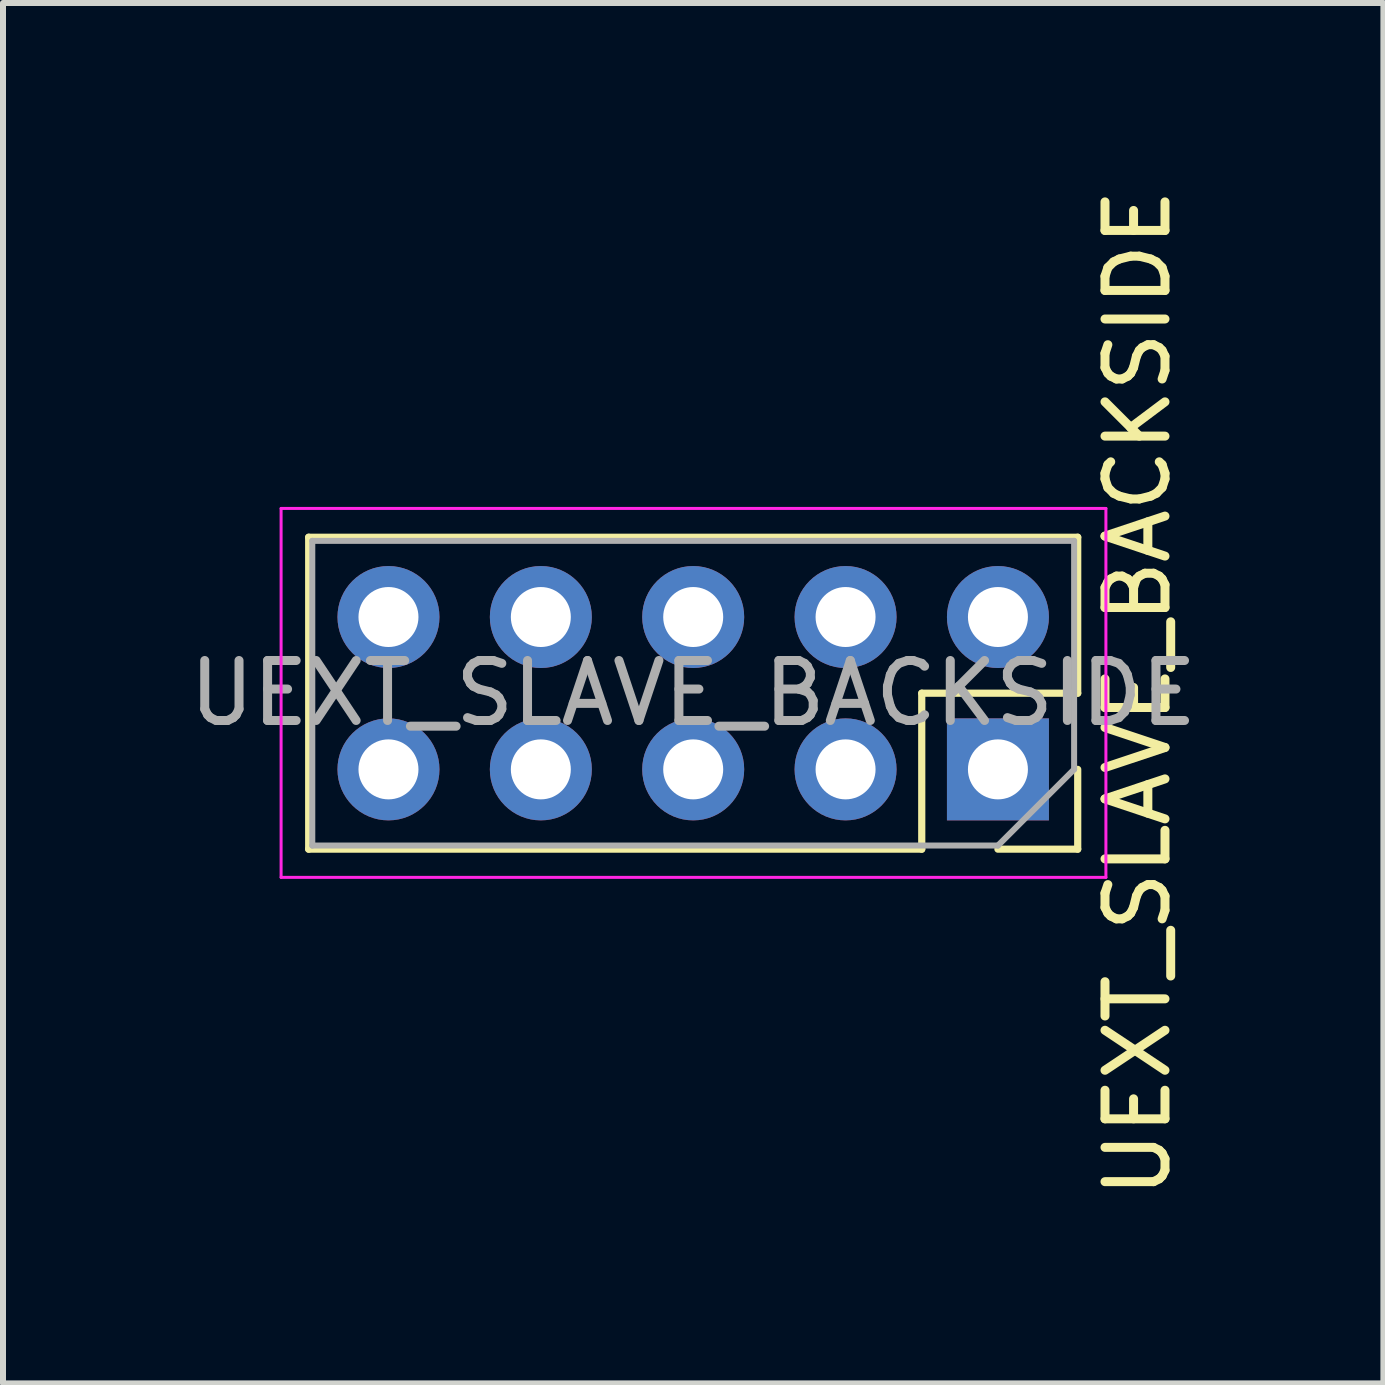
<source format=kicad_pcb>
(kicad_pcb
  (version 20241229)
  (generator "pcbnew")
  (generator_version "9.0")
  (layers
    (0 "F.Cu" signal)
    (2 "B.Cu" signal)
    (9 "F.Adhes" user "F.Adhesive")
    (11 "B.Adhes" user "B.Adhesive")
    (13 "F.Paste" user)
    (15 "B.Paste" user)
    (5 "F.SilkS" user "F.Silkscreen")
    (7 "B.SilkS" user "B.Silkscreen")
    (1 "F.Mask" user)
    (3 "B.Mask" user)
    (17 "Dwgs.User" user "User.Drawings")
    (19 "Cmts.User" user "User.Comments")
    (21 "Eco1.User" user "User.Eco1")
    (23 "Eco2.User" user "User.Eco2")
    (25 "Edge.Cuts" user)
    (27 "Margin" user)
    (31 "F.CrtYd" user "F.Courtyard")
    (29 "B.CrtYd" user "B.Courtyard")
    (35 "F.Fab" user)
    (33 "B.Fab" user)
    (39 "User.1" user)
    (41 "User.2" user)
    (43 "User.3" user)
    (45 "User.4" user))
  (footprint "UEXT_SLAVE_BACKSIDE"
    (layer "F.Cu")
    (at 5.966 2.156)
    (property "Reference" "UEXT_SLAVE_BACKSIDE" (at 9.95 6.35 90) (layer "F.SilkS") (effects (font (size 1 1) (thickness 0.15))))
    (attr through_hole)
    (fp_line (start -3.87 8.95) (end -3.87 3.75) (stroke (width 0.12) (type solid)) (layer "F.SilkS"))
    (fp_line (start 6.35 6.35) (end 8.95 6.35) (stroke (width 0.12) (type solid)) (layer "F.SilkS"))
    (fp_line (start 6.35 8.95) (end -3.87 8.95) (stroke (width 0.12) (type solid)) (layer "F.SilkS"))
    (fp_line (start 6.35 8.95) (end 6.35 6.35) (stroke (width 0.12) (type solid)) (layer "F.SilkS"))
    (fp_line (start 7.62 8.95) (end 8.95 8.95) (stroke (width 0.12) (type solid)) (layer "F.SilkS"))
    (fp_line (start 8.95 3.75) (end -3.87 3.75) (stroke (width 0.12) (type solid)) (layer "F.SilkS"))
    (fp_line (start 8.95 6.35) (end 8.95 3.75) (stroke (width 0.12) (type solid)) (layer "F.SilkS"))
    (fp_line (start 8.95 8.95) (end 8.95 7.62) (stroke (width 0.12) (type solid)) (layer "F.SilkS"))
    (fp_line (start -4.33 3.27) (end 9.42 3.27) (stroke (width 0.05) (type solid)) (layer "F.CrtYd"))
    (fp_line (start -4.33 9.42) (end -4.33 3.27) (stroke (width 0.05) (type solid)) (layer "F.CrtYd"))
    (fp_line (start 9.42 3.27) (end 9.42 9.42) (stroke (width 0.05) (type solid)) (layer "F.CrtYd"))
    (fp_line (start 9.42 9.42) (end -4.33 9.42) (stroke (width 0.05) (type solid)) (layer "F.CrtYd"))
    (fp_line (start -3.81 3.81) (end -3.81 8.89) (stroke (width 0.1) (type solid)) (layer "F.Fab"))
    (fp_line (start -3.81 8.89) (end 7.62 8.89) (stroke (width 0.1) (type solid)) (layer "F.Fab"))
    (fp_line (start 7.62 8.89) (end 8.89 7.62) (stroke (width 0.1) (type solid)) (layer "F.Fab"))
    (fp_line (start 8.89 3.81) (end -3.81 3.81) (stroke (width 0.1) (type solid)) (layer "F.Fab"))
    (fp_line (start 8.89 7.62) (end 8.89 3.81) (stroke (width 0.1) (type solid)) (layer "F.Fab"))
    (fp_text user "${REFERENCE}" (at 2.54 6.35 0) (layer "F.Fab") (effects (font (size 1 1) (thickness 0.15))))
    (pad "1" thru_hole rect (at 7.62 7.62 270) (size 1.7 1.7) (drill 1) (layers "*.Cu" "*.Mask"))
    (pad "2" thru_hole oval (at 7.62 5.08 270) (size 1.7 1.7) (drill 1) (layers "*.Cu" "*.Mask"))
    (pad "3" thru_hole oval (at 5.08 7.62 270) (size 1.7 1.7) (drill 1) (layers "*.Cu" "*.Mask"))
    (pad "4" thru_hole oval (at 5.08 5.08 270) (size 1.7 1.7) (drill 1) (layers "*.Cu" "*.Mask"))
    (pad "5" thru_hole oval (at 2.54 7.62 270) (size 1.7 1.7) (drill 1) (layers "*.Cu" "*.Mask"))
    (pad "6" thru_hole oval (at 2.54 5.08 270) (size 1.7 1.7) (drill 1) (layers "*.Cu" "*.Mask"))
    (pad "7" thru_hole oval (at 0 7.62 270) (size 1.7 1.7) (drill 1) (layers "*.Cu" "*.Mask"))
    (pad "8" thru_hole oval (at 0 5.08 270) (size 1.7 1.7) (drill 1) (layers "*.Cu" "*.Mask"))
    (pad "9" thru_hole oval (at -2.54 7.62 270) (size 1.7 1.7) (drill 1) (layers "*.Cu" "*.Mask"))
    (pad "10" thru_hole oval (at -2.54 5.08 270) (size 1.7 1.7) (drill 1) (layers "*.Cu" "*.Mask")))
  (gr_rect
    (start -3 -3)
    (end 20.012 20.012)
    (stroke (width 0.1) (type default))
    (fill no)
    (layer "Edge.Cuts")))
</source>
